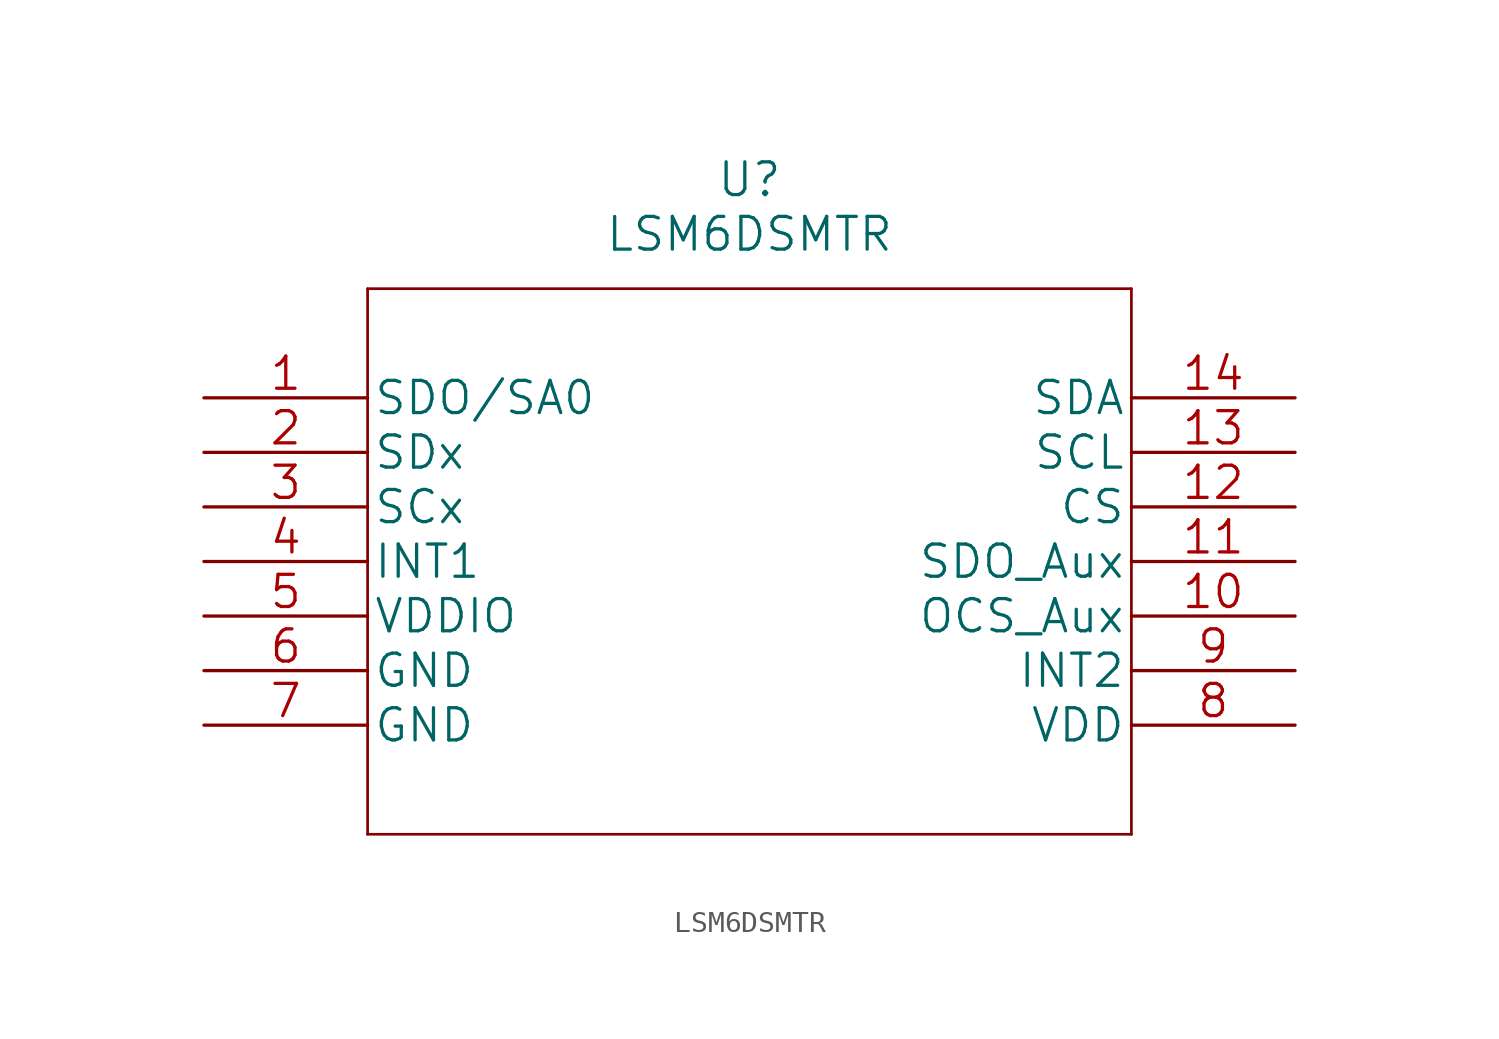
<source format=kicad_sym>
(kicad_symbol_lib
  (version 20211014)
  (generator kicad_symbol_editor)
  (symbol "LSM6DSMTR"
    (pin_names
      (offset 0.254))
    (property "Reference" "U"
      (at 25.4 10.16 0)
      (effects (font (size 1.524 1.524))))
    (property "Value" "LSM6DSMTR"
      (at 25.4 7.62 0)
      (effects (font (size 1.524 1.524))))
    (property "Datasheet" ""
      (at 0 0 0)
      (effects (font (size 1.524 1.524))))
    (property "ki_locked" ""
      (at 0 0 0)
      (effects (font (size 1.27 1.27))))
    (symbol "LSM6DSMTR_1_1"
      (polyline (pts (xy 7.62 -20.32) (xy 43.18 -20.32)) (stroke (width 0.127) (type default) (color 0 0 0 0)) (fill (type none)))
      (polyline (pts (xy 7.62 5.08) (xy 7.62 -20.32)) (stroke (width 0.127) (type default) (color 0 0 0 0)) (fill (type none)))
      (polyline (pts (xy 43.18 -20.32) (xy 43.18 5.08)) (stroke (width 0.127) (type default) (color 0 0 0 0)) (fill (type none)))
      (polyline (pts (xy 43.18 5.08) (xy 7.62 5.08)) (stroke (width 0.127) (type default) (color 0 0 0 0)) (fill (type none)))
      (pin bidirectional line (at 0 0 0) (length 7.62) (name "SDO/SA0" (effects (font (size 1.499 1.499)))) (number "1" (effects (font (size 1.499 1.499)))))
      (pin unspecified line (at 50.8 -10.16 180) (length 7.62) (name "OCS_Aux" (effects (font (size 1.499 1.499)))) (number "10" (effects (font (size 1.499 1.499)))))
      (pin unspecified line (at 50.8 -7.62 180) (length 7.62) (name "SDO_Aux" (effects (font (size 1.499 1.499)))) (number "11" (effects (font (size 1.499 1.499)))))
      (pin input line (at 50.8 -5.08 180) (length 7.62) (name "CS" (effects (font (size 1.499 1.499)))) (number "12" (effects (font (size 1.499 1.499)))))
      (pin input line (at 50.8 -2.54 180) (length 7.62) (name "SCL" (effects (font (size 1.499 1.499)))) (number "13" (effects (font (size 1.499 1.499)))))
      (pin bidirectional line (at 50.8 0 180) (length 7.62) (name "SDA" (effects (font (size 1.499 1.499)))) (number "14" (effects (font (size 1.499 1.499)))))
      (pin unspecified line (at 0 -2.54 0) (length 7.62) (name "SDx" (effects (font (size 1.499 1.499)))) (number "2" (effects (font (size 1.499 1.499)))))
      (pin unspecified line (at 0 -5.08 0) (length 7.62) (name "SCx" (effects (font (size 1.499 1.499)))) (number "3" (effects (font (size 1.499 1.499)))))
      (pin output line (at 0 -7.62 0) (length 7.62) (name "INT1" (effects (font (size 1.499 1.499)))) (number "4" (effects (font (size 1.499 1.499)))))
      (pin power_in line (at 0 -10.16 0) (length 7.62) (name "VDDIO" (effects (font (size 1.499 1.499)))) (number "5" (effects (font (size 1.499 1.499)))))
      (pin power_in line (at 0 -12.7 0) (length 7.62) (name "GND" (effects (font (size 1.499 1.499)))) (number "6" (effects (font (size 1.499 1.499)))))
      (pin power_in line (at 0 -15.24 0) (length 7.62) (name "GND" (effects (font (size 1.499 1.499)))) (number "7" (effects (font (size 1.499 1.499)))))
      (pin power_in line (at 50.8 -15.24 180) (length 7.62) (name "VDD" (effects (font (size 1.499 1.499)))) (number "8" (effects (font (size 1.499 1.499)))))
      (pin output line (at 50.8 -12.7 180) (length 7.62) (name "INT2" (effects (font (size 1.499 1.499)))) (number "9" (effects (font (size 1.499 1.499))))))))
</source>
